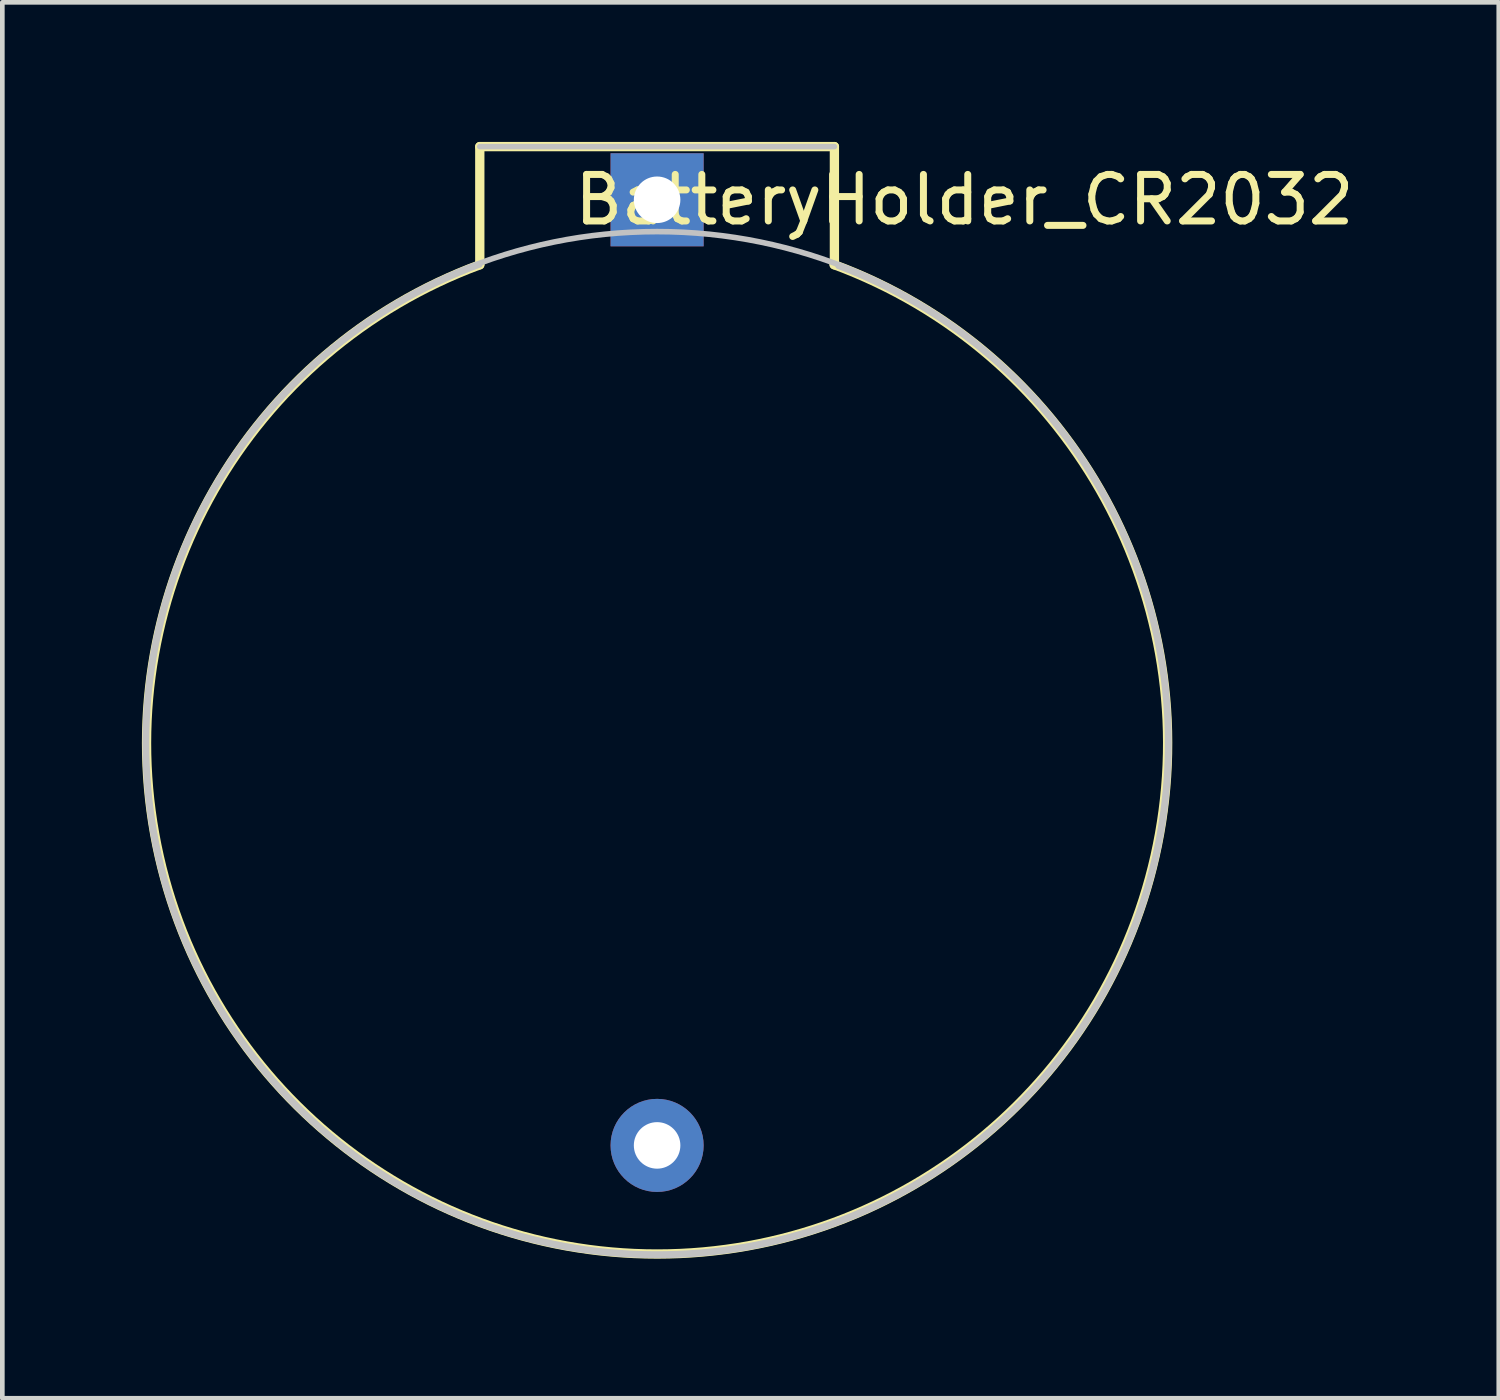
<source format=kicad_pcb>
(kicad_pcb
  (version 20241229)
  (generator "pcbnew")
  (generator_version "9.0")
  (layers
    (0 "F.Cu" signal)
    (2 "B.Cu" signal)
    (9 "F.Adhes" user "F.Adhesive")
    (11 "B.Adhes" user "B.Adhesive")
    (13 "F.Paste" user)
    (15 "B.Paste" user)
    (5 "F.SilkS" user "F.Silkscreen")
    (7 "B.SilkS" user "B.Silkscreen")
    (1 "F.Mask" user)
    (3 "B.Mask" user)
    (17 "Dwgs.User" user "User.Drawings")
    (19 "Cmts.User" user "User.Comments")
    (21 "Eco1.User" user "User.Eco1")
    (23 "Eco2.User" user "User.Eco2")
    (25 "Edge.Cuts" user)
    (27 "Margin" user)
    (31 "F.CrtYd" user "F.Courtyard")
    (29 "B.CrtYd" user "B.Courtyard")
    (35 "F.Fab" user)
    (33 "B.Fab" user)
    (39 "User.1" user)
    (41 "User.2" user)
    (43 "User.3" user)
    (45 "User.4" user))
  (footprint "BatteryHolder_CR2032"
    (layer "F.Cu")
    (at 11.07 12.927)
    (property "Reference" "BatteryHolder_CR2032" (at 6.604 -11.684 0) (layer "F.SilkS") (effects (font (size 1 1) (thickness 0.15))))
    (attr through_hole)
    (fp_line (start -3.81 -12.827) (end -3.81 -10.287) (stroke (width 0.2) (type solid)) (layer "F.SilkS"))
    (fp_line (start 3.81 -12.827) (end -3.81 -12.827) (stroke (width 0.2) (type solid)) (layer "F.SilkS"))
    (fp_line (start 3.81 -12.827) (end 3.81 -10.287) (stroke (width 0.2) (type solid)) (layer "F.SilkS"))
    (fp_arc (start 3.801691 -10.290072) (mid 0.004429 10.969887) (end -3.809999 -10.286999) (stroke (width 0.2) (type solid)) (layer "F.SilkS"))
    (fp_line (start 3.81 -12.827) (end -3.81 -12.827) (stroke (width 0.12) (type solid)) (layer "Dwgs.User"))
    (fp_arc (start 3.891343 -10.256505) (mid -0.043436 10.969802) (end -3.809999 -10.286999) (stroke (width 0.12) (type solid)) (layer "Dwgs.User"))
    (fp_circle (center 0 0) (end 11 0) (stroke (width 0.12) (type solid)) (fill no) (layer "Dwgs.User"))
    (pad "1" thru_hole rect (at 0 -11.684) (size 2 2) (drill 1) (layers "*.Cu" "*.Mask"))
    (pad "2" thru_hole circle (at 0 8.636) (size 2 2) (drill 1) (layers "*.Cu" "*.Mask")))
  (gr_rect
    (start -3 -3)
    (end 29.156 26.997)
    (stroke (width 0.1) (type default))
    (fill no)
    (layer "Edge.Cuts")))
</source>
